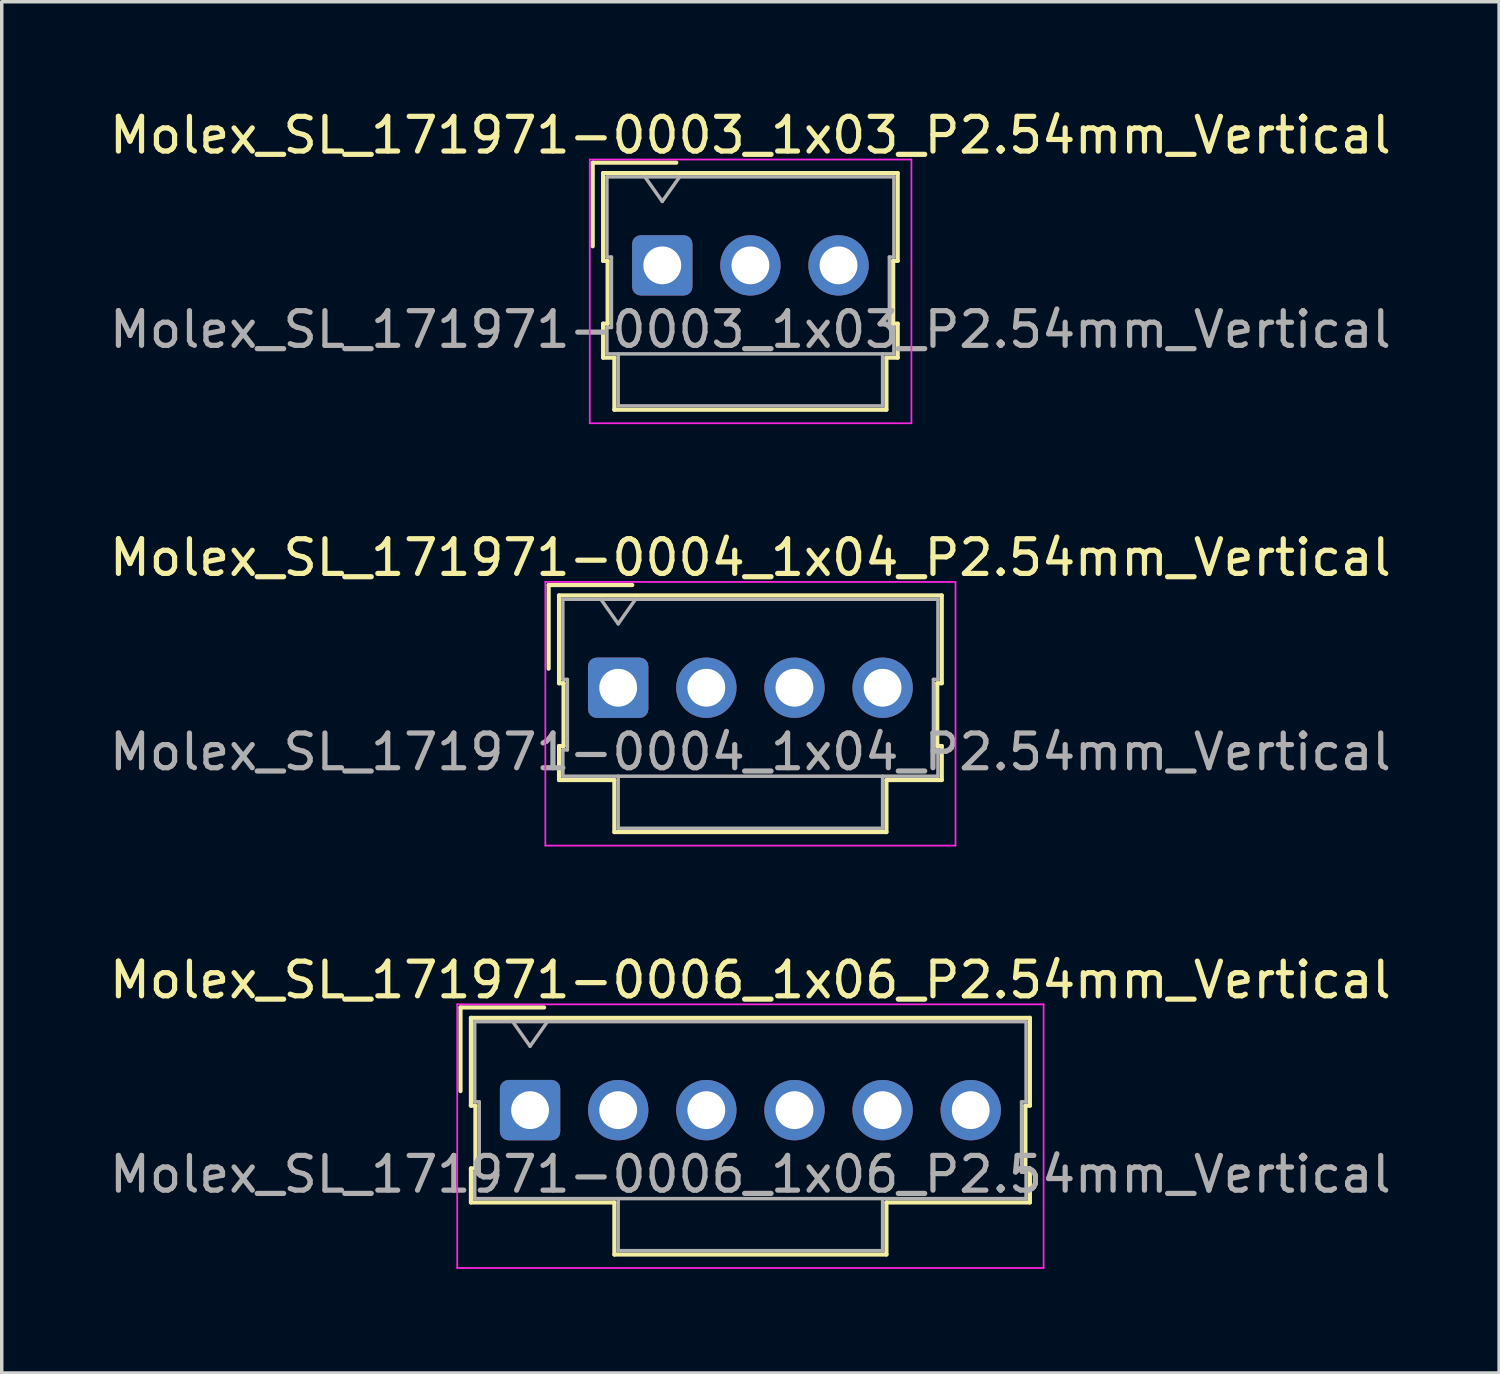
<source format=kicad_pcb>
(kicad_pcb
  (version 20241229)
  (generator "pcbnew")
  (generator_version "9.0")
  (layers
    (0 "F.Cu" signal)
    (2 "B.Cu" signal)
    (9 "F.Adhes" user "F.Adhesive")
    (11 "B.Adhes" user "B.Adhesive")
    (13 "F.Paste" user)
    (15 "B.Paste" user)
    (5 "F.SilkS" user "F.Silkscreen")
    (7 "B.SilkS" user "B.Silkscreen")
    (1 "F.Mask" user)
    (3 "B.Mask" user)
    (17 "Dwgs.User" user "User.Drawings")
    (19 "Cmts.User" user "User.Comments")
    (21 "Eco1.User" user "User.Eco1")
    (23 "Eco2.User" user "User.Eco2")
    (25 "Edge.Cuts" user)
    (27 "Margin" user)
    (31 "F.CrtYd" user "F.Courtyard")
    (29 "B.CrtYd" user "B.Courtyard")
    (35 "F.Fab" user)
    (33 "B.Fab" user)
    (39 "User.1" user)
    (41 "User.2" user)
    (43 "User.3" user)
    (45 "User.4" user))
  (footprint "Molex_SL_171971-0003_1x03_P2.54mm_Vertical"
    (layer "F.Cu")
    (at 16.037 4.598)
    (property "Reference" "Molex_SL_171971-0003_1x03_P2.54mm_Vertical" (at 2.54 -3.75 0) (layer "F.SilkS") (effects (font (size 1 1) (thickness 0.15))))
    (attr through_hole)
    (fp_line (start -2.005 -2.96) (end 0.405 -2.96) (stroke (width 0.12) (type solid)) (layer "F.SilkS"))
    (fp_line (start -2.005 -0.55) (end -2.005 -2.96) (stroke (width 0.12) (type solid)) (layer "F.SilkS"))
    (fp_line (start -1.705 -2.66) (end -1.705 -0.13) (stroke (width 0.12) (type solid)) (layer "F.SilkS"))
    (fp_line (start -1.705 -0.13) (end -1.575 -0.13) (stroke (width 0.12) (type solid)) (layer "F.SilkS"))
    (fp_line (start -1.705 1.68) (end -1.705 2.66) (stroke (width 0.12) (type solid)) (layer "F.SilkS"))
    (fp_line (start -1.705 2.66) (end -1.38 2.66) (stroke (width 0.12) (type solid)) (layer "F.SilkS"))
    (fp_line (start -1.575 -0.13) (end -1.575 1.68) (stroke (width 0.12) (type solid)) (layer "F.SilkS"))
    (fp_line (start -1.575 1.68) (end -1.705 1.68) (stroke (width 0.12) (type solid)) (layer "F.SilkS"))
    (fp_line (start -1.38 2.66) (end -1.38 4.16) (stroke (width 0.12) (type solid)) (layer "F.SilkS"))
    (fp_line (start -1.38 4.16) (end 6.46 4.16) (stroke (width 0.12) (type solid)) (layer "F.SilkS"))
    (fp_line (start 6.46 2.66) (end 6.785 2.66) (stroke (width 0.12) (type solid)) (layer "F.SilkS"))
    (fp_line (start 6.46 4.16) (end 6.46 2.66) (stroke (width 0.12) (type solid)) (layer "F.SilkS"))
    (fp_line (start 6.655 -0.13) (end 6.785 -0.13) (stroke (width 0.12) (type solid)) (layer "F.SilkS"))
    (fp_line (start 6.655 1.68) (end 6.655 -0.13) (stroke (width 0.12) (type solid)) (layer "F.SilkS"))
    (fp_line (start 6.785 -2.66) (end -1.705 -2.66) (stroke (width 0.12) (type solid)) (layer "F.SilkS"))
    (fp_line (start 6.785 -0.13) (end 6.785 -2.66) (stroke (width 0.12) (type solid)) (layer "F.SilkS"))
    (fp_line (start 6.785 1.68) (end 6.655 1.68) (stroke (width 0.12) (type solid)) (layer "F.SilkS"))
    (fp_line (start 6.785 2.66) (end 6.785 1.68) (stroke (width 0.12) (type solid)) (layer "F.SilkS"))
    (fp_line (start -2.09 -3.05) (end -2.09 4.55) (stroke (width 0.05) (type solid)) (layer "F.CrtYd"))
    (fp_line (start -2.09 4.55) (end 7.18 4.55) (stroke (width 0.05) (type solid)) (layer "F.CrtYd"))
    (fp_line (start 7.18 -3.05) (end -2.09 -3.05) (stroke (width 0.05) (type solid)) (layer "F.CrtYd"))
    (fp_line (start 7.18 4.55) (end 7.18 -3.05) (stroke (width 0.05) (type solid)) (layer "F.CrtYd"))
    (fp_line (start -1.595 -2.55) (end -1.595 -0.24) (stroke (width 0.1) (type solid)) (layer "F.Fab"))
    (fp_line (start -1.595 -0.24) (end -1.465 -0.24) (stroke (width 0.1) (type solid)) (layer "F.Fab"))
    (fp_line (start -1.595 1.79) (end -1.595 2.55) (stroke (width 0.1) (type solid)) (layer "F.Fab"))
    (fp_line (start -1.595 2.55) (end 6.675 2.55) (stroke (width 0.1) (type solid)) (layer "F.Fab"))
    (fp_line (start -1.465 -0.24) (end -1.465 1.79) (stroke (width 0.1) (type solid)) (layer "F.Fab"))
    (fp_line (start -1.465 1.79) (end -1.595 1.79) (stroke (width 0.1) (type solid)) (layer "F.Fab"))
    (fp_line (start -1.27 2.55) (end -1.27 4.05) (stroke (width 0.1) (type solid)) (layer "F.Fab"))
    (fp_line (start -1.27 4.05) (end 6.35 4.05) (stroke (width 0.1) (type solid)) (layer "F.Fab"))
    (fp_line (start 0 -1.843) (end -0.5 -2.55) (stroke (width 0.1) (type solid)) (layer "F.Fab"))
    (fp_line (start 0.5 -2.55) (end 0 -1.843) (stroke (width 0.1) (type solid)) (layer "F.Fab"))
    (fp_line (start 6.35 4.05) (end 6.35 2.55) (stroke (width 0.1) (type solid)) (layer "F.Fab"))
    (fp_line (start 6.545 -0.24) (end 6.675 -0.24) (stroke (width 0.1) (type solid)) (layer "F.Fab"))
    (fp_line (start 6.545 1.79) (end 6.545 -0.24) (stroke (width 0.1) (type solid)) (layer "F.Fab"))
    (fp_line (start 6.675 -2.55) (end -1.595 -2.55) (stroke (width 0.1) (type solid)) (layer "F.Fab"))
    (fp_line (start 6.675 -0.24) (end 6.675 -2.55) (stroke (width 0.1) (type solid)) (layer "F.Fab"))
    (fp_line (start 6.675 1.79) (end 6.545 1.79) (stroke (width 0.1) (type solid)) (layer "F.Fab"))
    (fp_line (start 6.675 2.55) (end 6.675 1.79) (stroke (width 0.1) (type solid)) (layer "F.Fab"))
    (fp_text user "${REFERENCE}" (at 2.54 1.85 0) (layer "F.Fab") (effects (font (size 1 1) (thickness 0.15))))
    (pad "1" thru_hole roundrect (at 0 0) (size 1.74 1.74) (drill 1.09) (layers "*.Cu" "*.Mask") (roundrect_rratio 0.144))
    (pad "2" thru_hole circle (at 2.54 0) (size 1.74 1.74) (drill 1.09) (layers "*.Cu" "*.Mask"))
    (pad "3" thru_hole circle (at 5.08 0) (size 1.74 1.74) (drill 1.09) (layers "*.Cu" "*.Mask")))
  (footprint "Molex_SL_171971-0004_1x04_P2.54mm_Vertical"
    (layer "F.Cu")
    (at 14.767 16.771)
    (property "Reference" "Molex_SL_171971-0004_1x04_P2.54mm_Vertical" (at 3.81 -3.75 0) (layer "F.SilkS") (effects (font (size 1 1) (thickness 0.15))))
    (attr through_hole)
    (fp_line (start -2.005 -2.96) (end 0.405 -2.96) (stroke (width 0.12) (type solid)) (layer "F.SilkS"))
    (fp_line (start -2.005 -0.55) (end -2.005 -2.96) (stroke (width 0.12) (type solid)) (layer "F.SilkS"))
    (fp_line (start -1.705 -2.66) (end -1.705 -0.13) (stroke (width 0.12) (type solid)) (layer "F.SilkS"))
    (fp_line (start -1.705 -0.13) (end -1.575 -0.13) (stroke (width 0.12) (type solid)) (layer "F.SilkS"))
    (fp_line (start -1.705 1.68) (end -1.705 2.66) (stroke (width 0.12) (type solid)) (layer "F.SilkS"))
    (fp_line (start -1.705 2.66) (end -0.11 2.66) (stroke (width 0.12) (type solid)) (layer "F.SilkS"))
    (fp_line (start -1.575 -0.13) (end -1.575 1.68) (stroke (width 0.12) (type solid)) (layer "F.SilkS"))
    (fp_line (start -1.575 1.68) (end -1.705 1.68) (stroke (width 0.12) (type solid)) (layer "F.SilkS"))
    (fp_line (start -0.11 2.66) (end -0.11 4.16) (stroke (width 0.12) (type solid)) (layer "F.SilkS"))
    (fp_line (start -0.11 4.16) (end 7.73 4.16) (stroke (width 0.12) (type solid)) (layer "F.SilkS"))
    (fp_line (start 7.73 2.66) (end 9.325 2.66) (stroke (width 0.12) (type solid)) (layer "F.SilkS"))
    (fp_line (start 7.73 4.16) (end 7.73 2.66) (stroke (width 0.12) (type solid)) (layer "F.SilkS"))
    (fp_line (start 9.195 -0.13) (end 9.325 -0.13) (stroke (width 0.12) (type solid)) (layer "F.SilkS"))
    (fp_line (start 9.195 1.68) (end 9.195 -0.13) (stroke (width 0.12) (type solid)) (layer "F.SilkS"))
    (fp_line (start 9.325 -2.66) (end -1.705 -2.66) (stroke (width 0.12) (type solid)) (layer "F.SilkS"))
    (fp_line (start 9.325 -0.13) (end 9.325 -2.66) (stroke (width 0.12) (type solid)) (layer "F.SilkS"))
    (fp_line (start 9.325 1.68) (end 9.195 1.68) (stroke (width 0.12) (type solid)) (layer "F.SilkS"))
    (fp_line (start 9.325 2.66) (end 9.325 1.68) (stroke (width 0.12) (type solid)) (layer "F.SilkS"))
    (fp_line (start -2.1 -3.05) (end -2.1 4.55) (stroke (width 0.05) (type solid)) (layer "F.CrtYd"))
    (fp_line (start -2.1 4.55) (end 9.72 4.55) (stroke (width 0.05) (type solid)) (layer "F.CrtYd"))
    (fp_line (start 9.72 -3.05) (end -2.1 -3.05) (stroke (width 0.05) (type solid)) (layer "F.CrtYd"))
    (fp_line (start 9.72 4.55) (end 9.72 -3.05) (stroke (width 0.05) (type solid)) (layer "F.CrtYd"))
    (fp_line (start -1.595 -2.55) (end -1.595 -0.24) (stroke (width 0.1) (type solid)) (layer "F.Fab"))
    (fp_line (start -1.595 -0.24) (end -1.465 -0.24) (stroke (width 0.1) (type solid)) (layer "F.Fab"))
    (fp_line (start -1.595 1.79) (end -1.595 2.55) (stroke (width 0.1) (type solid)) (layer "F.Fab"))
    (fp_line (start -1.595 2.55) (end 9.215 2.55) (stroke (width 0.1) (type solid)) (layer "F.Fab"))
    (fp_line (start -1.465 -0.24) (end -1.465 1.79) (stroke (width 0.1) (type solid)) (layer "F.Fab"))
    (fp_line (start -1.465 1.79) (end -1.595 1.79) (stroke (width 0.1) (type solid)) (layer "F.Fab"))
    (fp_line (start 0 -1.843) (end -0.5 -2.55) (stroke (width 0.1) (type solid)) (layer "F.Fab"))
    (fp_line (start 0 2.55) (end 0 4.05) (stroke (width 0.1) (type solid)) (layer "F.Fab"))
    (fp_line (start 0 4.05) (end 7.62 4.05) (stroke (width 0.1) (type solid)) (layer "F.Fab"))
    (fp_line (start 0.5 -2.55) (end 0 -1.843) (stroke (width 0.1) (type solid)) (layer "F.Fab"))
    (fp_line (start 7.62 4.05) (end 7.62 2.55) (stroke (width 0.1) (type solid)) (layer "F.Fab"))
    (fp_line (start 9.085 -0.24) (end 9.215 -0.24) (stroke (width 0.1) (type solid)) (layer "F.Fab"))
    (fp_line (start 9.085 1.79) (end 9.085 -0.24) (stroke (width 0.1) (type solid)) (layer "F.Fab"))
    (fp_line (start 9.215 -2.55) (end -1.595 -2.55) (stroke (width 0.1) (type solid)) (layer "F.Fab"))
    (fp_line (start 9.215 -0.24) (end 9.215 -2.55) (stroke (width 0.1) (type solid)) (layer "F.Fab"))
    (fp_line (start 9.215 1.79) (end 9.085 1.79) (stroke (width 0.1) (type solid)) (layer "F.Fab"))
    (fp_line (start 9.215 2.55) (end 9.215 1.79) (stroke (width 0.1) (type solid)) (layer "F.Fab"))
    (fp_text user "${REFERENCE}" (at 3.81 1.85 0) (layer "F.Fab") (effects (font (size 1 1) (thickness 0.15))))
    (pad "1" thru_hole roundrect (at 0 0) (size 1.74 1.74) (drill 1.09) (layers "*.Cu" "*.Mask") (roundrect_rratio 0.144))
    (pad "2" thru_hole circle (at 2.54 0) (size 1.74 1.74) (drill 1.09) (layers "*.Cu" "*.Mask"))
    (pad "3" thru_hole circle (at 5.08 0) (size 1.74 1.74) (drill 1.09) (layers "*.Cu" "*.Mask"))
    (pad "4" thru_hole circle (at 7.62 0) (size 1.74 1.74) (drill 1.09) (layers "*.Cu" "*.Mask")))
  (footprint "Molex_SL_171971-0006_1x06_P2.54mm_Vertical"
    (layer "F.Cu")
    (at 12.227 28.945)
    (property "Reference" "Molex_SL_171971-0006_1x06_P2.54mm_Vertical" (at 6.35 -3.75 0) (layer "F.SilkS") (effects (font (size 1 1) (thickness 0.15))))
    (attr through_hole)
    (fp_line (start -2.005 -2.96) (end 0.405 -2.96) (stroke (width 0.12) (type solid)) (layer "F.SilkS"))
    (fp_line (start -2.005 -0.55) (end -2.005 -2.96) (stroke (width 0.12) (type solid)) (layer "F.SilkS"))
    (fp_line (start -1.705 -2.66) (end -1.705 -0.13) (stroke (width 0.12) (type solid)) (layer "F.SilkS"))
    (fp_line (start -1.705 -0.13) (end -1.575 -0.13) (stroke (width 0.12) (type solid)) (layer "F.SilkS"))
    (fp_line (start -1.705 1.68) (end -1.705 2.66) (stroke (width 0.12) (type solid)) (layer "F.SilkS"))
    (fp_line (start -1.705 2.66) (end 2.43 2.66) (stroke (width 0.12) (type solid)) (layer "F.SilkS"))
    (fp_line (start -1.575 -0.13) (end -1.575 1.68) (stroke (width 0.12) (type solid)) (layer "F.SilkS"))
    (fp_line (start -1.575 1.68) (end -1.705 1.68) (stroke (width 0.12) (type solid)) (layer "F.SilkS"))
    (fp_line (start 2.43 2.66) (end 2.43 4.16) (stroke (width 0.12) (type solid)) (layer "F.SilkS"))
    (fp_line (start 2.43 4.16) (end 10.27 4.16) (stroke (width 0.12) (type solid)) (layer "F.SilkS"))
    (fp_line (start 10.27 2.66) (end 14.405 2.66) (stroke (width 0.12) (type solid)) (layer "F.SilkS"))
    (fp_line (start 10.27 4.16) (end 10.27 2.66) (stroke (width 0.12) (type solid)) (layer "F.SilkS"))
    (fp_line (start 14.275 -0.13) (end 14.405 -0.13) (stroke (width 0.12) (type solid)) (layer "F.SilkS"))
    (fp_line (start 14.275 1.68) (end 14.275 -0.13) (stroke (width 0.12) (type solid)) (layer "F.SilkS"))
    (fp_line (start 14.405 -2.66) (end -1.705 -2.66) (stroke (width 0.12) (type solid)) (layer "F.SilkS"))
    (fp_line (start 14.405 -0.13) (end 14.405 -2.66) (stroke (width 0.12) (type solid)) (layer "F.SilkS"))
    (fp_line (start 14.405 1.68) (end 14.275 1.68) (stroke (width 0.12) (type solid)) (layer "F.SilkS"))
    (fp_line (start 14.405 2.66) (end 14.405 1.68) (stroke (width 0.12) (type solid)) (layer "F.SilkS"))
    (fp_line (start -2.1 -3.05) (end -2.1 4.55) (stroke (width 0.05) (type solid)) (layer "F.CrtYd"))
    (fp_line (start -2.1 4.55) (end 14.8 4.55) (stroke (width 0.05) (type solid)) (layer "F.CrtYd"))
    (fp_line (start 14.8 -3.05) (end -2.1 -3.05) (stroke (width 0.05) (type solid)) (layer "F.CrtYd"))
    (fp_line (start 14.8 4.55) (end 14.8 -3.05) (stroke (width 0.05) (type solid)) (layer "F.CrtYd"))
    (fp_line (start -1.595 -2.55) (end -1.595 -0.24) (stroke (width 0.1) (type solid)) (layer "F.Fab"))
    (fp_line (start -1.595 -0.24) (end -1.465 -0.24) (stroke (width 0.1) (type solid)) (layer "F.Fab"))
    (fp_line (start -1.595 1.79) (end -1.595 2.55) (stroke (width 0.1) (type solid)) (layer "F.Fab"))
    (fp_line (start -1.595 2.55) (end 14.295 2.55) (stroke (width 0.1) (type solid)) (layer "F.Fab"))
    (fp_line (start -1.465 -0.24) (end -1.465 1.79) (stroke (width 0.1) (type solid)) (layer "F.Fab"))
    (fp_line (start -1.465 1.79) (end -1.595 1.79) (stroke (width 0.1) (type solid)) (layer "F.Fab"))
    (fp_line (start 0 -1.843) (end -0.5 -2.55) (stroke (width 0.1) (type solid)) (layer "F.Fab"))
    (fp_line (start 0.5 -2.55) (end 0 -1.843) (stroke (width 0.1) (type solid)) (layer "F.Fab"))
    (fp_line (start 2.54 2.55) (end 2.54 4.05) (stroke (width 0.1) (type solid)) (layer "F.Fab"))
    (fp_line (start 2.54 4.05) (end 10.16 4.05) (stroke (width 0.1) (type solid)) (layer "F.Fab"))
    (fp_line (start 10.16 4.05) (end 10.16 2.55) (stroke (width 0.1) (type solid)) (layer "F.Fab"))
    (fp_line (start 14.165 -0.24) (end 14.295 -0.24) (stroke (width 0.1) (type solid)) (layer "F.Fab"))
    (fp_line (start 14.165 1.79) (end 14.165 -0.24) (stroke (width 0.1) (type solid)) (layer "F.Fab"))
    (fp_line (start 14.295 -2.55) (end -1.595 -2.55) (stroke (width 0.1) (type solid)) (layer "F.Fab"))
    (fp_line (start 14.295 -0.24) (end 14.295 -2.55) (stroke (width 0.1) (type solid)) (layer "F.Fab"))
    (fp_line (start 14.295 1.79) (end 14.165 1.79) (stroke (width 0.1) (type solid)) (layer "F.Fab"))
    (fp_line (start 14.295 2.55) (end 14.295 1.79) (stroke (width 0.1) (type solid)) (layer "F.Fab"))
    (fp_text user "${REFERENCE}" (at 6.35 1.85 0) (layer "F.Fab") (effects (font (size 1 1) (thickness 0.15))))
    (pad "1" thru_hole roundrect (at 0 0) (size 1.74 1.74) (drill 1.09) (layers "*.Cu" "*.Mask") (roundrect_rratio 0.144))
    (pad "2" thru_hole circle (at 2.54 0) (size 1.74 1.74) (drill 1.09) (layers "*.Cu" "*.Mask"))
    (pad "3" thru_hole circle (at 5.08 0) (size 1.74 1.74) (drill 1.09) (layers "*.Cu" "*.Mask"))
    (pad "4" thru_hole circle (at 7.62 0) (size 1.74 1.74) (drill 1.09) (layers "*.Cu" "*.Mask"))
    (pad "5" thru_hole circle (at 10.16 0) (size 1.74 1.74) (drill 1.09) (layers "*.Cu" "*.Mask"))
    (pad "6" thru_hole circle (at 12.7 0) (size 1.74 1.74) (drill 1.09) (layers "*.Cu" "*.Mask")))
  (gr_rect
    (start -3 -3)
    (end 40.155 36.52)
    (stroke (width 0.1) (type default))
    (fill no)
    (layer "Edge.Cuts")))
</source>
